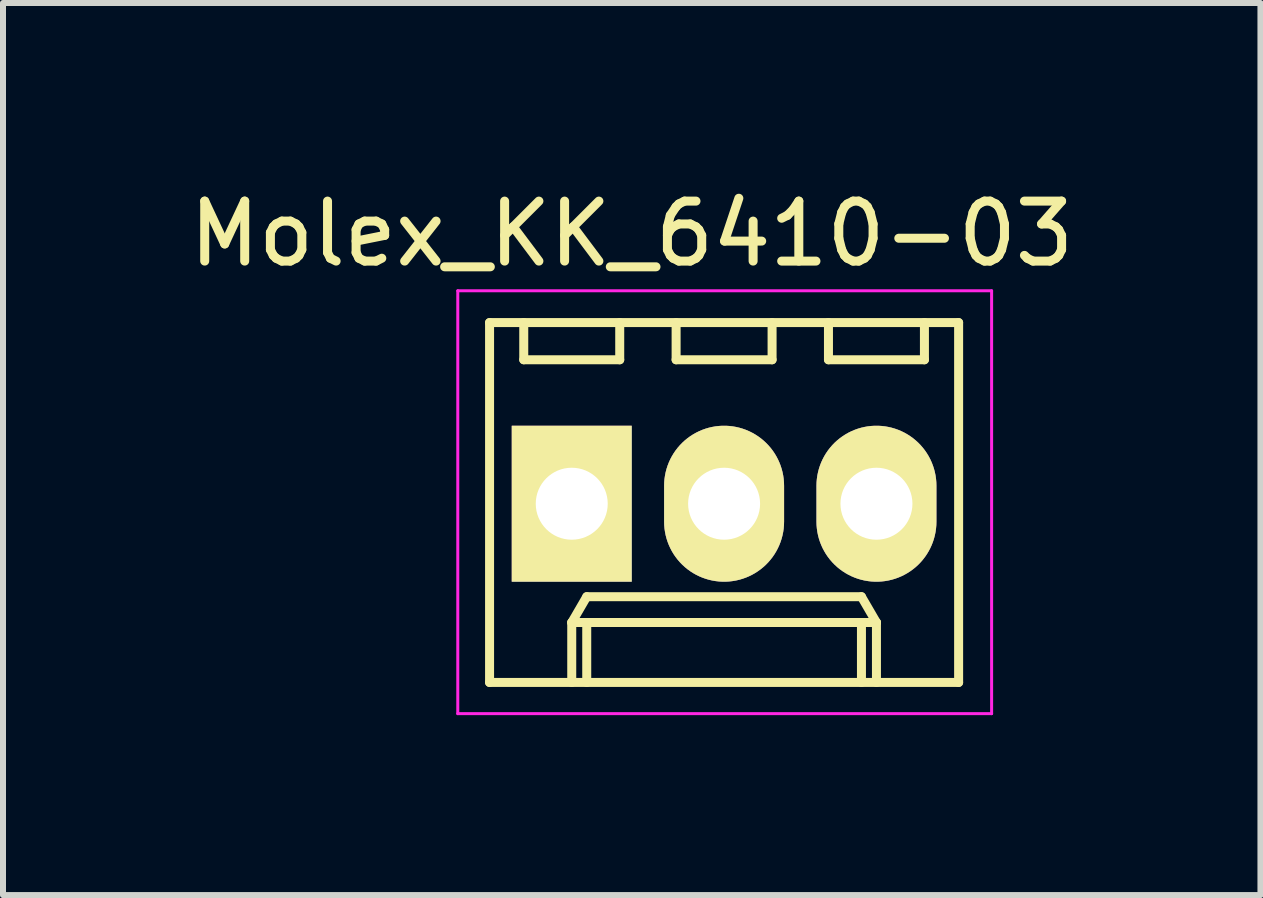
<source format=kicad_pcb>
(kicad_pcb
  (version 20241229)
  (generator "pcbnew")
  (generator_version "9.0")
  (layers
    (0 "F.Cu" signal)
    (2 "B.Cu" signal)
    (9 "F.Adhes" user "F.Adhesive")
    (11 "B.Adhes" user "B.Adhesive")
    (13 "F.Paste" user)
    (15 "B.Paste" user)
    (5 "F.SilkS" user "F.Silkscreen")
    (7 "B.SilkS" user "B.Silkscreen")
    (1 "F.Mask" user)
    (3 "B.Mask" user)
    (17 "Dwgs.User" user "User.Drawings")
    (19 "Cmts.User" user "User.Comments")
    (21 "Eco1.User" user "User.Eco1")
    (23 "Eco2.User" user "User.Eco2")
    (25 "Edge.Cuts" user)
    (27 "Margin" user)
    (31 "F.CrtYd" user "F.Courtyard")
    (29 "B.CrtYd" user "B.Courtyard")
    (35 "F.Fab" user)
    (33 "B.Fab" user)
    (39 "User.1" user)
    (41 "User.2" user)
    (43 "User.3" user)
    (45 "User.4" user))
  (footprint "Molex_KK_6410-03"
    (layer "F.Cu")
    (at 6.482 5.348)
    (property "Reference" "Molex_KK_6410-03" (at 1 -4.5 0) (layer "F.SilkS") (effects (font (size 1 1) (thickness 0.15))))
    (attr through_hole)
    (fp_line (start -1.37 -3.02) (end -1.37 2.98) (stroke (width 0.15) (type solid)) (layer "F.SilkS"))
    (fp_line (start -1.37 2.98) (end 6.45 2.98) (stroke (width 0.15) (type solid)) (layer "F.SilkS"))
    (fp_line (start -0.8 -3.02) (end -0.8 -2.4) (stroke (width 0.15) (type solid)) (layer "F.SilkS"))
    (fp_line (start -0.8 -2.4) (end 0.8 -2.4) (stroke (width 0.15) (type solid)) (layer "F.SilkS"))
    (fp_line (start 0 1.98) (end 0.25 1.55) (stroke (width 0.15) (type solid)) (layer "F.SilkS"))
    (fp_line (start 0 1.98) (end 5.08 1.98) (stroke (width 0.15) (type solid)) (layer "F.SilkS"))
    (fp_line (start 0 2.98) (end 0 1.98) (stroke (width 0.15) (type solid)) (layer "F.SilkS"))
    (fp_line (start 0.25 1.55) (end 4.83 1.55) (stroke (width 0.15) (type solid)) (layer "F.SilkS"))
    (fp_line (start 0.25 2.98) (end 0.25 1.98) (stroke (width 0.15) (type solid)) (layer "F.SilkS"))
    (fp_line (start 0.8 -2.4) (end 0.8 -3.02) (stroke (width 0.15) (type solid)) (layer "F.SilkS"))
    (fp_line (start 1.74 -3.02) (end 1.74 -2.4) (stroke (width 0.15) (type solid)) (layer "F.SilkS"))
    (fp_line (start 1.74 -2.4) (end 3.34 -2.4) (stroke (width 0.15) (type solid)) (layer "F.SilkS"))
    (fp_line (start 3.34 -2.4) (end 3.34 -3.02) (stroke (width 0.15) (type solid)) (layer "F.SilkS"))
    (fp_line (start 4.28 -3.02) (end 4.28 -2.4) (stroke (width 0.15) (type solid)) (layer "F.SilkS"))
    (fp_line (start 4.28 -2.4) (end 5.88 -2.4) (stroke (width 0.15) (type solid)) (layer "F.SilkS"))
    (fp_line (start 4.83 1.55) (end 5.08 1.98) (stroke (width 0.15) (type solid)) (layer "F.SilkS"))
    (fp_line (start 4.83 2.98) (end 4.83 1.98) (stroke (width 0.15) (type solid)) (layer "F.SilkS"))
    (fp_line (start 5.08 1.98) (end 5.08 2.98) (stroke (width 0.15) (type solid)) (layer "F.SilkS"))
    (fp_line (start 5.88 -2.4) (end 5.88 -3.02) (stroke (width 0.15) (type solid)) (layer "F.SilkS"))
    (fp_line (start 6.45 -3.02) (end -1.37 -3.02) (stroke (width 0.15) (type solid)) (layer "F.SilkS"))
    (fp_line (start 6.45 2.98) (end 6.45 -3.02) (stroke (width 0.15) (type solid)) (layer "F.SilkS"))
    (fp_line (start -1.9 -3.55) (end 7 -3.55) (stroke (width 0.05) (type solid)) (layer "F.CrtYd"))
    (fp_line (start -1.9 3.5) (end -1.9 -3.55) (stroke (width 0.05) (type solid)) (layer "F.CrtYd"))
    (fp_line (start 7 -3.55) (end 7 3.5) (stroke (width 0.05) (type solid)) (layer "F.CrtYd"))
    (fp_line (start 7 3.5) (end -1.9 3.5) (stroke (width 0.05) (type solid)) (layer "F.CrtYd"))
    (pad "1" thru_hole rect (at 0 0) (size 2 2.6) (drill 1.2) (layers "*.Cu" "*.Mask" "F.SilkS"))
    (pad "2" thru_hole oval (at 2.54 0) (size 2 2.6) (drill 1.2) (layers "*.Cu" "*.Mask" "F.SilkS"))
    (pad "3" thru_hole oval (at 5.08 0) (size 2 2.6) (drill 1.2) (layers "*.Cu" "*.Mask" "F.SilkS")))
  (gr_rect
    (start -3 -3)
    (end 17.964 11.873)
    (stroke (width 0.1) (type default))
    (fill no)
    (layer "Edge.Cuts")))
</source>
